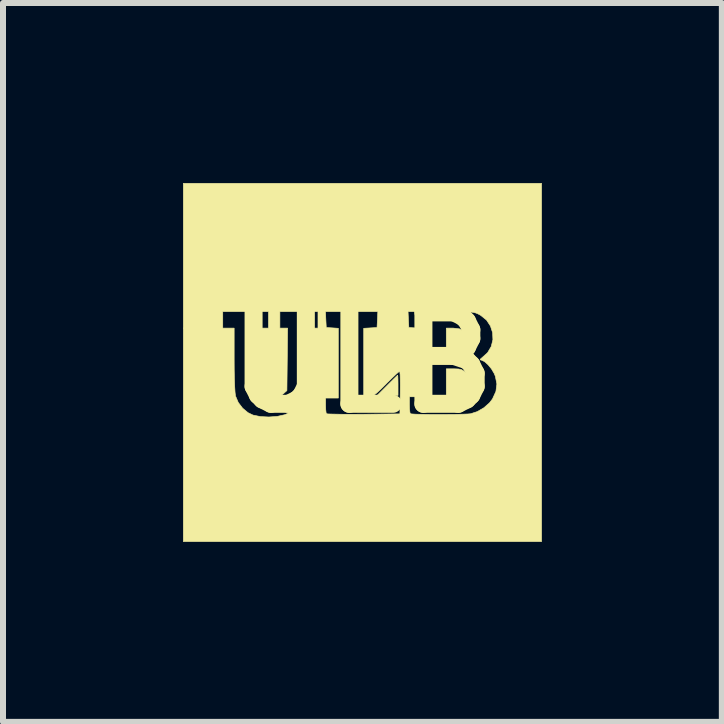
<source format=kicad_pcb>
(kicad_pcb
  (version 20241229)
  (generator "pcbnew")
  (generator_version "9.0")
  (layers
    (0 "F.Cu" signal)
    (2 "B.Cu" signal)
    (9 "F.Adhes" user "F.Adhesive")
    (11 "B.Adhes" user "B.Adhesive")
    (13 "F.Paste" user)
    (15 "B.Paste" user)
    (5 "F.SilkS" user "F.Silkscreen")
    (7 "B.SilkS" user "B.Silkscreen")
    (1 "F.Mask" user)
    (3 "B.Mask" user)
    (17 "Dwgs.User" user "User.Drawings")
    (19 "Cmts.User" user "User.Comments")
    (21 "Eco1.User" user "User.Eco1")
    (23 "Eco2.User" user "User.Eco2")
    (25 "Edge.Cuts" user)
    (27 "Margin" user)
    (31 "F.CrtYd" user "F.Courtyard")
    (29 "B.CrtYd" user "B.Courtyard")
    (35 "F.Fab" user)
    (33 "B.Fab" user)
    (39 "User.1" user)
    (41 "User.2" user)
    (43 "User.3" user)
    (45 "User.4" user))
  (footprint "ULB"
    (layer "F.Cu")
    (at 2.99 2.99)
    (property "Reference" "ULB" (at 0 0 0) (layer "F.SilkS") (effects (font (size 1.524 1.524) (thickness 0.3))))
    (attr through_hole)
    (fp_poly (pts (xy 0.59 0.231) (xy 0.592 0.283) (xy 0.593 0.357) (xy 0.593 0.381) (xy 0.593 0.55) (xy 0.244 0.55) (xy 0.413 0.381) (xy 0.48 0.314) (xy 0.536 0.259) (xy 0.574 0.223) (xy 0.587 0.212) (xy 0.59 0.231)) (stroke (width 0.01) (type solid)) (fill yes) (layer "F.SilkS"))
    (fp_poly (pts (xy 1.616 -0.56) (xy 1.686 -0.523) (xy 1.724 -0.458) (xy 1.736 -0.37) (xy 1.723 -0.278) (xy 1.682 -0.215) (xy 1.611 -0.18) (xy 1.514 -0.169) (xy 1.397 -0.169) (xy 1.397 -0.572) (xy 1.514 -0.572) (xy 1.616 -0.56)) (stroke (width 0.01) (type solid)) (fill yes) (layer "F.SilkS"))
    (fp_poly (pts (xy 1.601 0.109) (xy 1.653 0.121) (xy 1.697 0.148) (xy 1.719 0.168) (xy 1.76 0.208) (xy 1.78 0.247) (xy 1.788 0.301) (xy 1.789 0.349) (xy 1.786 0.422) (xy 1.774 0.468) (xy 1.748 0.504) (xy 1.729 0.52) (xy 1.687 0.55) (xy 1.639 0.565) (xy 1.57 0.571) (xy 1.533 0.572) (xy 1.397 0.572) (xy 1.397 0.106) (xy 1.524 0.106) (xy 1.601 0.109)) (stroke (width 0.01) (type solid)) (fill yes) (layer "F.SilkS"))
    (fp_poly (pts (xy 2.985 2.985) (xy -2.985 2.985) (xy -2.985 -0.847) (xy -2.328 -0.847) (xy -2.328 -0.572) (xy -2.138 -0.572) (xy -2.138 -0.052) (xy -2.137 0.121) (xy -2.134 0.274) (xy -2.129 0.401) (xy -2.123 0.496) (xy -2.116 0.556) (xy -2.114 0.562) (xy -2.07 0.666) (xy -1.997 0.762) (xy -1.907 0.837) (xy -1.824 0.877) (xy -1.7 0.902) (xy -1.56 0.909) (xy -1.42 0.899) (xy -1.299 0.872) (xy -1.282 0.867) (xy -1.169 0.805) (xy -1.072 0.717) (xy -1.003 0.612) (xy -0.976 0.541) (xy -0.968 0.488) (xy -0.962 0.398) (xy -0.957 0.276) (xy -0.954 0.129) (xy -0.953 -0.039) (xy -0.953 -0.062) (xy -0.953 -0.572) (xy -0.741 -0.572) (xy -0.741 -0.847) (xy -0.616 -0.847) (xy -0.61 -0.714) (xy -0.603 -0.582) (xy -0.503 -0.576) (xy -0.402 -0.569) (xy -0.402 0.593) (xy -0.614 0.593) (xy -0.614 0.716) (xy -0.612 0.785) (xy -0.606 0.836) (xy -0.599 0.854) (xy -0.575 0.858) (xy -0.514 0.86) (xy -0.422 0.862) (xy -0.304 0.864) (xy -0.165 0.864) (xy -0.011 0.863) (xy 0.02 0.863) (xy 0.624 0.857) (xy 0.63 0.503) (xy 0.631 0.386) (xy 0.63 0.285) (xy 0.628 0.207) (xy 0.623 0.16) (xy 0.619 0.148) (xy 0.599 0.162) (xy 0.555 0.201) (xy 0.493 0.26) (xy 0.419 0.332) (xy 0.392 0.36) (xy 0.307 0.444) (xy 0.244 0.503) (xy 0.199 0.54) (xy 0.163 0.561) (xy 0.131 0.57) (xy 0.101 0.572) (xy 0.021 0.572) (xy 0.021 -0.569) (xy 0.243 -0.582) (xy 0.25 -0.714) (xy 0.256 -0.847) (xy 0.76 -0.847) (xy 0.766 -0.714) (xy 0.773 -0.582) (xy 0.873 -0.576) (xy 0.974 -0.569) (xy 0.974 0.572) (xy 0.783 0.572) (xy 0.783 0.706) (xy 0.785 0.777) (xy 0.791 0.831) (xy 0.797 0.854) (xy 0.822 0.858) (xy 0.882 0.862) (xy 0.97 0.864) (xy 1.078 0.866) (xy 1.199 0.867) (xy 1.327 0.867) (xy 1.454 0.866) (xy 1.572 0.865) (xy 1.674 0.862) (xy 1.753 0.859) (xy 1.803 0.855) (xy 1.805 0.854) (xy 1.914 0.819) (xy 2.024 0.755) (xy 2.118 0.672) (xy 2.167 0.608) (xy 2.224 0.483) (xy 2.24 0.359) (xy 2.215 0.232) (xy 2.196 0.185) (xy 2.15 0.107) (xy 2.092 0.037) (xy 2.032 -0.016) (xy 1.977 -0.041) (xy 1.967 -0.042) (xy 1.961 -0.052) (xy 1.987 -0.075) (xy 1.993 -0.08) (xy 2.086 -0.164) (xy 2.146 -0.266) (xy 2.174 -0.379) (xy 2.169 -0.496) (xy 2.133 -0.607) (xy 2.067 -0.707) (xy 1.969 -0.786) (xy 1.949 -0.797) (xy 1.92 -0.812) (xy 1.89 -0.824) (xy 1.855 -0.833) (xy 1.81 -0.839) (xy 1.747 -0.843) (xy 1.662 -0.845) (xy 1.55 -0.846) (xy 1.404 -0.847) (xy 1.308 -0.847) (xy 0.76 -0.847) (xy 0.256 -0.847) (xy -0.616 -0.847) (xy -0.741 -0.847) (xy -1.376 -0.847) (xy -1.376 -0.572) (xy -1.247 -0.572) (xy -1.253 -0.051) (xy -1.259 0.469) (xy -1.329 0.531) (xy -1.412 0.581) (xy -1.504 0.595) (xy -1.594 0.574) (xy -1.645 0.542) (xy -1.704 0.491) (xy -1.71 -0.04) (xy -1.717 -0.572) (xy -1.566 -0.572) (xy -1.566 -0.847) (xy -2.328 -0.847) (xy -2.985 -0.847) (xy -2.985 -2.985) (xy 2.985 -2.985) (xy 2.985 2.985)) (stroke (width 0.01) (type solid)) (fill yes) (layer "F.SilkS")))
  (gr_rect
    (start -3 -3)
    (end 8.979 8.979)
    (stroke (width 0.1) (type default))
    (fill no)
    (layer "Edge.Cuts")))
</source>
